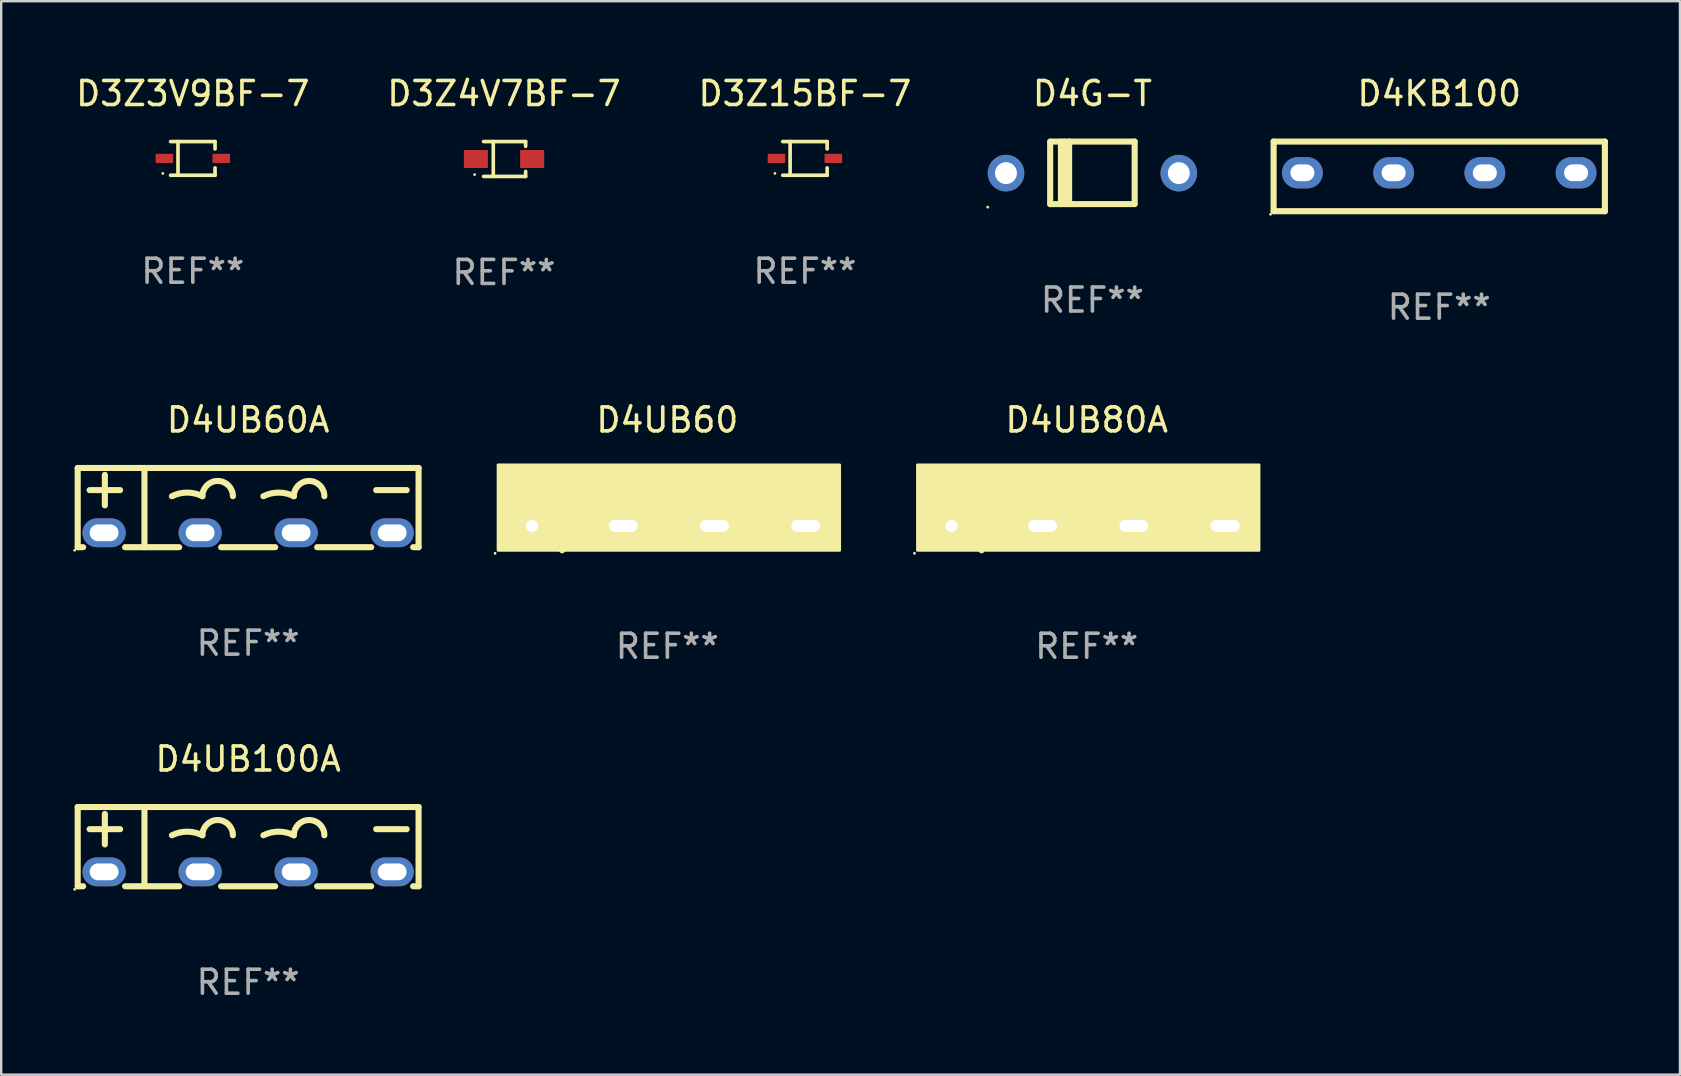
<source format=kicad_pcb>
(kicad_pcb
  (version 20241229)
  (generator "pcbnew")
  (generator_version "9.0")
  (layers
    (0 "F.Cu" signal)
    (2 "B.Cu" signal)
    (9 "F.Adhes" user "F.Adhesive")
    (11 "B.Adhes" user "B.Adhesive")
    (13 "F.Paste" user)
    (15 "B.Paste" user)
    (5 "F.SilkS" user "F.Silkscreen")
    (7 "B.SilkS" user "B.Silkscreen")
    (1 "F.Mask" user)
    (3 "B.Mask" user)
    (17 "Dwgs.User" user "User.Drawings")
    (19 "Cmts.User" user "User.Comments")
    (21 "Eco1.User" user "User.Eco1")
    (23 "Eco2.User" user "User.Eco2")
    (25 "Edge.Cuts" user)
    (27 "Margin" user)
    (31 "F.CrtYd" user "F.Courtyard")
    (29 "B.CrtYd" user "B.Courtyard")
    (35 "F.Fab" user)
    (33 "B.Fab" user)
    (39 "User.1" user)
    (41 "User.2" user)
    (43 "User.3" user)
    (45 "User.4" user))
  (footprint "D3Z4V7BF-7"
    (layer "F.Cu")
    (at 17.946 3.574)
    (property "Reference" "D3Z4V7BF-7" (at 0 -2.726 0) (layer "F.SilkS") (effects (font (size 1 1) (thickness 0.15))))
    (attr through_hole)
    (fp_line (start -0.851 -0.726) (end 0.901 -0.726) (stroke (width 0.152) (type solid)) (layer "F.SilkS"))
    (fp_line (start -0.851 0.726) (end 0.901 0.726) (stroke (width 0.152) (type solid)) (layer "F.SilkS"))
    (fp_line (start -0.447 -0.726) (end -0.447 0.726) (stroke (width 0.152) (type solid)) (layer "F.SilkS"))
    (fp_line (start 0.901 -0.726) (end 0.901 -0.53) (stroke (width 0.152) (type solid)) (layer "F.SilkS"))
    (fp_line (start 0.901 0.726) (end 0.901 0.52) (stroke (width 0.152) (type solid)) (layer "F.SilkS"))
    (fp_circle (center -1.225 0.65) (end -1.195 0.65) (stroke (width 0.06) (type solid)) (fill no) (layer "F.SilkS"))
    (fp_text user "REF**" (at 0 4.726 0) (layer "F.Fab") (effects (font (size 1 1) (thickness 0.15))))
    (pad "1" smd rect (at -1.173 0) (size 1 0.75) (layers "F.Cu" "F.Mask" "F.Paste"))
    (pad "2" smd rect (at 1.173 0) (size 1 0.75) (layers "F.Cu" "F.Mask" "F.Paste")))
  (footprint "D3Z15BF-7"
    (layer "F.Cu")
    (at 30.482 3.549)
    (property "Reference" "D3Z15BF-7" (at 0 -2.701 0) (layer "F.SilkS") (effects (font (size 1 1) (thickness 0.15))))
    (attr through_hole)
    (fp_line (start -0.926 -0.701) (end 0.926 -0.701) (stroke (width 0.152) (type solid)) (layer "F.SilkS"))
    (fp_line (start -0.926 0.701) (end 0.926 0.701) (stroke (width 0.152) (type solid)) (layer "F.SilkS"))
    (fp_line (start -0.617 -0.701) (end -0.617 0.701) (stroke (width 0.152) (type solid)) (layer "F.SilkS"))
    (fp_line (start 0.926 -0.701) (end 0.926 -0.396) (stroke (width 0.152) (type solid)) (layer "F.SilkS"))
    (fp_line (start 0.926 0.701) (end 0.926 0.396) (stroke (width 0.152) (type solid)) (layer "F.SilkS"))
    (fp_circle (center -1.25 0.625) (end -1.22 0.625) (stroke (width 0.06) (type solid)) (fill no) (layer "F.SilkS"))
    (fp_text user "REF**" (at 0 4.701 0) (layer "F.Fab") (effects (font (size 1 1) (thickness 0.15))))
    (pad "1" smd rect (at -1.185 0 180) (size 0.73 0.385) (layers "F.Cu" "F.Mask" "F.Paste"))
    (pad "2" smd rect (at 1.185 0 180) (size 0.73 0.385) (layers "F.Cu" "F.Mask" "F.Paste")))
  (footprint "D4UB100A"
    (layer "F.Cu")
    (at 7.287 32.22)
    (property "Reference" "D4UB100A" (at 0 -3.65 0) (layer "F.SilkS") (effects (font (size 1 1) (thickness 0.15))))
    (attr through_hole)
    (fp_line (start -7.1 -1.65) (end 7.1 -1.65) (stroke (width 0.254) (type solid)) (layer "F.SilkS"))
    (fp_line (start -7.1 1.65) (end -7.1 -1.65) (stroke (width 0.254) (type solid)) (layer "F.SilkS"))
    (fp_line (start -7.1 1.65) (end -6.874 1.65) (stroke (width 0.254) (type solid)) (layer "F.SilkS"))
    (fp_line (start -6.604 -0.728) (end -5.334 -0.728) (stroke (width 0.254) (type solid)) (layer "F.SilkS"))
    (fp_line (start -5.969 -0.093) (end -5.969 -1.363) (stroke (width 0.254) (type solid)) (layer "F.SilkS"))
    (fp_line (start -5.126 1.65) (end -2.874 1.65) (stroke (width 0.254) (type solid)) (layer "F.SilkS"))
    (fp_line (start -4.319 1.647) (end -4.319 -1.65) (stroke (width 0.254) (type solid)) (layer "F.SilkS"))
    (fp_line (start -1.126 1.65) (end 1.126 1.65) (stroke (width 0.254) (type solid)) (layer "F.SilkS"))
    (fp_line (start 2.874 1.65) (end 5.126 1.65) (stroke (width 0.254) (type solid)) (layer "F.SilkS"))
    (fp_line (start 5.334 -0.728) (end 6.604 -0.728) (stroke (width 0.254) (type solid)) (layer "F.SilkS"))
    (fp_line (start 6.874 1.65) (end 7.1 1.65) (stroke (width 0.254) (type solid)) (layer "F.SilkS"))
    (fp_line (start 7.1 -1.65) (end 7.1 1.65) (stroke (width 0.254) (type solid)) (layer "F.SilkS"))
    (fp_arc (start -3.175006 -0.473965) (mid -2.540005 -0.623868) (end -1.905003 -0.473965) (stroke (width 0.254001) (type solid)) (layer "F.SilkS"))
    (fp_arc (start -1.905005 -0.473965) (mid -1.270003 -1.108967) (end -0.635001 -0.473965) (stroke (width 0.254001) (type solid)) (layer "F.SilkS"))
    (fp_arc (start 0.635001 -0.473965) (mid 1.270003 -0.623869) (end 1.905004 -0.473965) (stroke (width 0.254001) (type solid)) (layer "F.SilkS"))
    (fp_arc (start 1.905004 -0.473965) (mid 2.540005 -1.108966) (end 3.175006 -0.473965) (stroke (width 0.254001) (type solid)) (layer "F.SilkS"))
    (fp_circle (center -7.227 1.777) (end -7.197 1.777) (stroke (width 0.06) (type solid)) (fill no) (layer "F.SilkS"))
    (fp_text user "REF**" (at 0 5.65 0) (layer "F.Fab") (effects (font (size 1 1) (thickness 0.15))))
    (pad "1" thru_hole oval (at -6 1.05) (size 1.8 1.2) (drill oval 1.2 0.7) (layers "*.Cu" "*.Mask"))
    (pad "2" thru_hole oval (at -2 1.05) (size 1.8 1.2) (drill oval 1.2 0.7) (layers "*.Cu" "*.Mask"))
    (pad "3" thru_hole oval (at 2 1.05) (size 1.8 1.2) (drill oval 1.2 0.7) (layers "*.Cu" "*.Mask"))
    (pad "4" thru_hole oval (at 6 1.05) (size 1.8 1.2) (drill oval 1.2 0.7) (layers "*.Cu" "*.Mask")))
  (footprint "D4UB60A"
    (layer "F.Cu")
    (at 7.287 18.095)
    (property "Reference" "D4UB60A" (at 0 -3.65 0) (layer "F.SilkS") (effects (font (size 1 1) (thickness 0.15))))
    (attr through_hole)
    (fp_line (start -7.1 -1.65) (end 7.1 -1.65) (stroke (width 0.254) (type solid)) (layer "F.SilkS"))
    (fp_line (start -7.1 1.65) (end -7.1 -1.65) (stroke (width 0.254) (type solid)) (layer "F.SilkS"))
    (fp_line (start -7.1 1.65) (end -6.874 1.65) (stroke (width 0.254) (type solid)) (layer "F.SilkS"))
    (fp_line (start -6.604 -0.728) (end -5.334 -0.728) (stroke (width 0.254) (type solid)) (layer "F.SilkS"))
    (fp_line (start -5.969 -0.093) (end -5.969 -1.363) (stroke (width 0.254) (type solid)) (layer "F.SilkS"))
    (fp_line (start -5.126 1.65) (end -2.874 1.65) (stroke (width 0.254) (type solid)) (layer "F.SilkS"))
    (fp_line (start -4.319 1.647) (end -4.319 -1.65) (stroke (width 0.254) (type solid)) (layer "F.SilkS"))
    (fp_line (start -1.126 1.65) (end 1.126 1.65) (stroke (width 0.254) (type solid)) (layer "F.SilkS"))
    (fp_line (start 2.874 1.65) (end 5.126 1.65) (stroke (width 0.254) (type solid)) (layer "F.SilkS"))
    (fp_line (start 5.334 -0.728) (end 6.604 -0.728) (stroke (width 0.254) (type solid)) (layer "F.SilkS"))
    (fp_line (start 6.874 1.65) (end 7.1 1.65) (stroke (width 0.254) (type solid)) (layer "F.SilkS"))
    (fp_line (start 7.1 -1.65) (end 7.1 1.65) (stroke (width 0.254) (type solid)) (layer "F.SilkS"))
    (fp_arc (start -3.175006 -0.473965) (mid -2.540005 -0.623868) (end -1.905003 -0.473965) (stroke (width 0.254001) (type solid)) (layer "F.SilkS"))
    (fp_arc (start -1.905005 -0.473965) (mid -1.270003 -1.108967) (end -0.635001 -0.473965) (stroke (width 0.254001) (type solid)) (layer "F.SilkS"))
    (fp_arc (start 0.635001 -0.473965) (mid 1.270003 -0.623869) (end 1.905004 -0.473965) (stroke (width 0.254001) (type solid)) (layer "F.SilkS"))
    (fp_arc (start 1.905004 -0.473965) (mid 2.540005 -1.108966) (end 3.175006 -0.473965) (stroke (width 0.254001) (type solid)) (layer "F.SilkS"))
    (fp_circle (center -7.227 1.777) (end -7.197 1.777) (stroke (width 0.06) (type solid)) (fill no) (layer "F.SilkS"))
    (fp_text user "REF**" (at 0 5.65 0) (layer "F.Fab") (effects (font (size 1 1) (thickness 0.15))))
    (pad "1" thru_hole oval (at -6 1.05) (size 1.8 1.2) (drill oval 1.2 0.7) (layers "*.Cu" "*.Mask"))
    (pad "2" thru_hole oval (at -2 1.05) (size 1.8 1.2) (drill oval 1.2 0.7) (layers "*.Cu" "*.Mask"))
    (pad "3" thru_hole oval (at 2 1.05) (size 1.8 1.2) (drill oval 1.2 0.7) (layers "*.Cu" "*.Mask"))
    (pad "4" thru_hole oval (at 6 1.05) (size 1.8 1.2) (drill oval 1.2 0.7) (layers "*.Cu" "*.Mask")))
  (footprint "D4UB80A"
    (layer "F.Cu")
    (at 42.221 18.159)
    (property "Reference" "D4UB80A" (at 0 -3.715 0) (layer "F.SilkS") (effects (font (size 1 1) (thickness 0.15))))
    (attr through_hole)
    (fp_line (start -6.668 -0.826) (end -4.89 -0.826) (stroke (width 0.254) (type solid)) (layer "F.SilkS"))
    (fp_line (start -5.779 -1.588) (end -5.779 -0.064) (stroke (width 0.254) (type solid)) (layer "F.SilkS"))
    (fp_line (start -4.382 -1.715) (end -4.382 1.715) (stroke (width 0.254) (type solid)) (layer "F.SilkS"))
    (fp_line (start 4.89 -0.699) (end 6.668 -0.699) (stroke (width 0.254) (type solid)) (layer "F.SilkS"))
    (fp_arc (start -2.984544 -0.793777) (mid -2.413043 -0.92869) (end -1.841542 -0.793777) (stroke (width 0.254001) (type solid)) (layer "F.SilkS"))
    (fp_arc (start -0.698539 -0.857277) (mid -1.270041 -0.285775) (end -1.841543 -0.857277) (stroke (width 0.254001) (type solid)) (layer "F.SilkS"))
    (fp_arc (start 0.698463 -0.793777) (mid 1.269964 -0.92869) (end 1.841465 -0.793777) (stroke (width 0.254001) (type solid)) (layer "F.SilkS"))
    (fp_arc (start 2.984468 -0.857277) (mid 2.412967 -0.285776) (end 1.841466 -0.857277) (stroke (width 0.254001) (type solid)) (layer "F.SilkS"))
    (fp_circle (center -7.176 1.842) (end -7.146 1.842) (stroke (width 0.06) (type solid)) (fill no) (layer "F.SilkS"))
    (fp_poly (pts (xy -7.049 -1.842) (xy 7.176 -1.842) (xy 7.176 1.715) (xy -7.049 1.715)) (stroke (width 0.12) (type solid)) (fill yes) (layer "F.SilkS"))
    (fp_text user "REF**" (at 0 5.715 0) (layer "F.Fab") (effects (font (size 1 1) (thickness 0.15))))
    (pad "1" thru_hole rect (at -5.637 0.699) (size 2 1) (drill 0.5) (layers "*.Cu" "*.Mask"))
    (pad "2" thru_hole oval (at -1.836 0.699) (size 2 1) (drill oval 1.2 0.5) (layers "*.Cu" "*.Mask"))
    (pad "3" thru_hole oval (at 1.963 0.699) (size 2 1) (drill oval 1.2 0.5) (layers "*.Cu" "*.Mask"))
    (pad "4" thru_hole oval (at 5.764 0.699) (size 2 1) (drill oval 1.2 0.5) (layers "*.Cu" "*.Mask")))
  (footprint "D3Z3V9BF-7"
    (layer "F.Cu")
    (at 4.982 3.549)
    (property "Reference" "D3Z3V9BF-7" (at 0 -2.701 0) (layer "F.SilkS") (effects (font (size 1 1) (thickness 0.15))))
    (attr through_hole)
    (fp_line (start -0.926 -0.701) (end 0.926 -0.701) (stroke (width 0.152) (type solid)) (layer "F.SilkS"))
    (fp_line (start -0.926 0.701) (end 0.926 0.701) (stroke (width 0.152) (type solid)) (layer "F.SilkS"))
    (fp_line (start -0.617 -0.701) (end -0.617 0.701) (stroke (width 0.152) (type solid)) (layer "F.SilkS"))
    (fp_line (start 0.926 -0.701) (end 0.926 -0.396) (stroke (width 0.152) (type solid)) (layer "F.SilkS"))
    (fp_line (start 0.926 0.701) (end 0.926 0.396) (stroke (width 0.152) (type solid)) (layer "F.SilkS"))
    (fp_circle (center -1.25 0.625) (end -1.22 0.625) (stroke (width 0.06) (type solid)) (fill no) (layer "F.SilkS"))
    (fp_text user "REF**" (at 0 4.701 0) (layer "F.Fab") (effects (font (size 1 1) (thickness 0.15))))
    (pad "1" smd rect (at -1.185 0 180) (size 0.73 0.385) (layers "F.Cu" "F.Mask" "F.Paste"))
    (pad "2" smd rect (at 1.185 0 180) (size 0.73 0.385) (layers "F.Cu" "F.Mask" "F.Paste")))
  (footprint "D4UB60"
    (layer "F.Cu")
    (at 24.75 18.159)
    (property "Reference" "D4UB60" (at 0 -3.715 0) (layer "F.SilkS") (effects (font (size 1 1) (thickness 0.15))))
    (attr through_hole)
    (fp_line (start -6.668 -0.826) (end -4.89 -0.826) (stroke (width 0.254) (type solid)) (layer "F.SilkS"))
    (fp_line (start -5.779 -1.588) (end -5.779 -0.064) (stroke (width 0.254) (type solid)) (layer "F.SilkS"))
    (fp_line (start -4.382 -1.715) (end -4.382 1.715) (stroke (width 0.254) (type solid)) (layer "F.SilkS"))
    (fp_line (start 4.89 -0.699) (end 6.668 -0.699) (stroke (width 0.254) (type solid)) (layer "F.SilkS"))
    (fp_arc (start -2.984544 -0.793777) (mid -2.413043 -0.92869) (end -1.841542 -0.793777) (stroke (width 0.254001) (type solid)) (layer "F.SilkS"))
    (fp_arc (start -0.698539 -0.857277) (mid -1.270041 -0.285775) (end -1.841543 -0.857277) (stroke (width 0.254001) (type solid)) (layer "F.SilkS"))
    (fp_arc (start 0.698463 -0.793777) (mid 1.269964 -0.92869) (end 1.841465 -0.793777) (stroke (width 0.254001) (type solid)) (layer "F.SilkS"))
    (fp_arc (start 2.984468 -0.857277) (mid 2.412967 -0.285776) (end 1.841466 -0.857277) (stroke (width 0.254001) (type solid)) (layer "F.SilkS"))
    (fp_circle (center -7.176 1.842) (end -7.146 1.842) (stroke (width 0.06) (type solid)) (fill no) (layer "F.SilkS"))
    (fp_poly (pts (xy -7.049 -1.842) (xy 7.176 -1.842) (xy 7.176 1.715) (xy -7.049 1.715)) (stroke (width 0.12) (type solid)) (fill yes) (layer "F.SilkS"))
    (fp_text user "REF**" (at 0 5.715 0) (layer "F.Fab") (effects (font (size 1 1) (thickness 0.15))))
    (pad "1" thru_hole rect (at -5.637 0.699) (size 2 1) (drill 0.5) (layers "*.Cu" "*.Mask"))
    (pad "2" thru_hole oval (at -1.836 0.699) (size 2 1) (drill oval 1.2 0.5) (layers "*.Cu" "*.Mask"))
    (pad "3" thru_hole oval (at 1.963 0.699) (size 2 1) (drill oval 1.2 0.5) (layers "*.Cu" "*.Mask"))
    (pad "4" thru_hole oval (at 5.764 0.699) (size 2 1) (drill oval 1.2 0.5) (layers "*.Cu" "*.Mask")))
  (footprint "D4KB100"
    (layer "F.Cu")
    (at 56.907 4.298)
    (property "Reference" "D4KB100" (at 0 -3.45 0) (layer "F.SilkS") (effects (font (size 1 1) (thickness 0.15))))
    (attr through_hole)
    (fp_line (start -6.9 -1.45) (end -6.9 1.45) (stroke (width 0.254) (type solid)) (layer "F.SilkS"))
    (fp_line (start -6.9 -1.45) (end 6.9 -1.45) (stroke (width 0.254) (type solid)) (layer "F.SilkS"))
    (fp_line (start -6.9 1.45) (end 6.9 1.45) (stroke (width 0.254) (type solid)) (layer "F.SilkS"))
    (fp_line (start 6.9 -1.45) (end 6.9 1.45) (stroke (width 0.254) (type solid)) (layer "F.SilkS"))
    (fp_circle (center -7.027 1.577) (end -6.997 1.577) (stroke (width 0.06) (type solid)) (fill no) (layer "F.SilkS"))
    (fp_text user "REF**" (at 0 5.45 0) (layer "F.Fab") (effects (font (size 1 1) (thickness 0.15))))
    (pad "1" thru_hole oval (at -5.7 -0.15) (size 1.7 1.3) (drill oval 1 0.7) (layers "*.Cu" "*.Mask"))
    (pad "2" thru_hole oval (at -1.9 -0.15) (size 1.7 1.3) (drill oval 1 0.7) (layers "*.Cu" "*.Mask"))
    (pad "3" thru_hole oval (at 1.9 -0.15) (size 1.7 1.3) (drill oval 1 0.7) (layers "*.Cu" "*.Mask"))
    (pad "4" thru_hole oval (at 5.7 -0.15) (size 1.7 1.3) (drill oval 1 0.7) (layers "*.Cu" "*.Mask")))
  (footprint "D4G-T"
    (layer "F.Cu")
    (at 42.458 4.15)
    (property "Reference" "D4G-T" (at 0 -3.302 0) (layer "F.SilkS") (effects (font (size 1 1) (thickness 0.15))))
    (attr through_hole)
    (fp_line (start -1.76 1.302) (end -1.76 -1.298) (stroke (width 0.254) (type solid)) (layer "F.SilkS"))
    (fp_line (start -1.749 -1.302) (end 1.751 -1.302) (stroke (width 0.254) (type solid)) (layer "F.SilkS"))
    (fp_line (start -1.31 1.302) (end -1.31 -1.299) (stroke (width 0.254) (type solid)) (layer "F.SilkS"))
    (fp_line (start -1.15 1.302) (end -1.15 -1.299) (stroke (width 0.254) (type solid)) (layer "F.SilkS"))
    (fp_line (start -0.97 1.302) (end -0.97 -1.299) (stroke (width 0.254) (type solid)) (layer "F.SilkS"))
    (fp_line (start 1.75 1.302) (end -1.75 1.302) (stroke (width 0.254) (type solid)) (layer "F.SilkS"))
    (fp_line (start 1.761 -1.302) (end 1.761 1.299) (stroke (width 0.254) (type solid)) (layer "F.SilkS"))
    (fp_circle (center -4.362 1.429) (end -4.332 1.429) (stroke (width 0.06) (type solid)) (fill no) (layer "F.SilkS"))
    (fp_text user "REF**" (at 0 5.302 0) (layer "F.Fab") (effects (font (size 1 1) (thickness 0.15))))
    (pad "1" thru_hole circle (at -3.6 0.012) (size 1.524 1.524) (drill 0.914) (layers "*.Cu" "*.Mask"))
    (pad "2" thru_hole circle (at 3.6 0.012) (size 1.524 1.524) (drill 0.914) (layers "*.Cu" "*.Mask")))
  (gr_rect
    (start -3 -3)
    (end 66.934 41.718)
    (stroke (width 0.1) (type default))
    (fill no)
    (layer "Edge.Cuts")))
</source>
